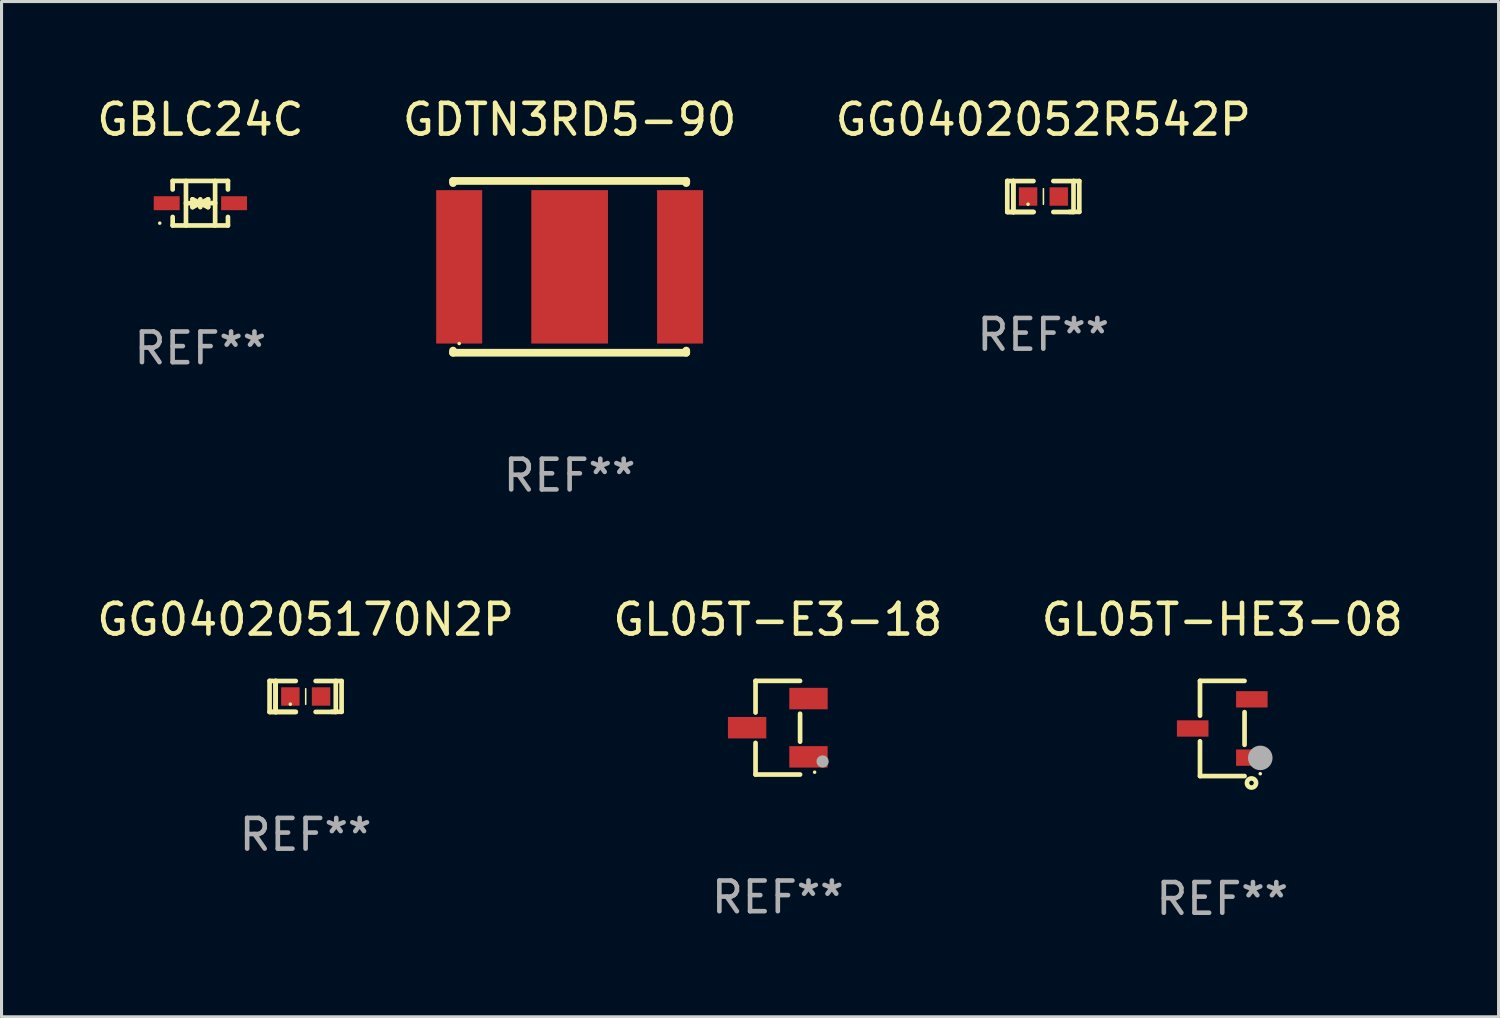
<source format=kicad_pcb>
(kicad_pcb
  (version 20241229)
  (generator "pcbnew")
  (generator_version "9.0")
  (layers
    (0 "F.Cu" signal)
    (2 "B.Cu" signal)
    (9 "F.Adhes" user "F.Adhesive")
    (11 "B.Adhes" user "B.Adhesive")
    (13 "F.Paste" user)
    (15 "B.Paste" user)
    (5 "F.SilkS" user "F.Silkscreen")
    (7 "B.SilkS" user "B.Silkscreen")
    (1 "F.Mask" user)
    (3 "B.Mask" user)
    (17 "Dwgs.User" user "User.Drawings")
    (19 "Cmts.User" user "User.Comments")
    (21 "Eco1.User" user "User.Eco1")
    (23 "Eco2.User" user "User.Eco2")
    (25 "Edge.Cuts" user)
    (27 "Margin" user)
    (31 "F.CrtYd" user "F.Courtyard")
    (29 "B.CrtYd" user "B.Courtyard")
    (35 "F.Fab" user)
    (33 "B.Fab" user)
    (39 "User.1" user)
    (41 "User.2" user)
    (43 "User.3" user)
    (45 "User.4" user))
  (footprint "GL05T-HE3-08"
    (layer "F.Cu")
    (at 36.792 20.696)
    (property "Reference" "GL05T-HE3-08" (at 0 -3.551 0) (layer "F.SilkS") (effects (font (size 1 1) (thickness 0.15))))
    (attr through_hole)
    (fp_line (start -0.726 -1.551) (end -0.726 -0.418) (stroke (width 0.152) (type solid)) (layer "F.SilkS"))
    (fp_line (start -0.726 1.551) (end -0.726 0.418) (stroke (width 0.152) (type solid)) (layer "F.SilkS"))
    (fp_line (start 0.726 -1.551) (end -0.726 -1.551) (stroke (width 0.152) (type solid)) (layer "F.SilkS"))
    (fp_line (start 0.726 0.532) (end 0.726 -0.532) (stroke (width 0.152) (type solid)) (layer "F.SilkS"))
    (fp_line (start 0.726 1.551) (end -0.726 1.551) (stroke (width 0.152) (type solid)) (layer "F.SilkS"))
    (fp_circle (center 0.953 1.777) (end 1.027 1.777) (stroke (width 0.15) (type solid)) (fill no) (layer "F.SilkS"))
    (fp_circle (center 1.238 1.475) (end 1.268 1.475) (stroke (width 0.06) (type solid)) (fill no) (layer "F.SilkS"))
    (fp_circle (center 1.239 0.959) (end 1.439 0.959) (stroke (width 0.4) (type solid)) (fill no) (layer "F.Fab"))
    (fp_text user "REF**" (at 0 5.551 0) (layer "F.Fab") (effects (font (size 1 1) (thickness 0.15))))
    (pad "1" smd rect (at 0.964 0.95 90) (size 0.532 1.028) (layers "F.Cu" "F.Mask" "F.Paste"))
    (pad "2" smd rect (at 0.964 -0.95 90) (size 0.532 1.028) (layers "F.Cu" "F.Mask" "F.Paste"))
    (pad "3" smd rect (at -0.964 -0.000025 90) (size 0.532 1.028) (layers "F.Cu" "F.Mask" "F.Paste")))
  (footprint "GBLC24C"
    (layer "F.Cu")
    (at 3.482 3.574)
    (property "Reference" "GBLC24C" (at 0 -2.726 0) (layer "F.SilkS") (effects (font (size 1 1) (thickness 0.15))))
    (attr through_hole)
    (fp_line (start -0.904 -0.726) (end -0.904 -0.448) (stroke (width 0.152) (type solid)) (layer "F.SilkS"))
    (fp_line (start -0.904 0.726) (end -0.904 0.448) (stroke (width 0.152) (type solid)) (layer "F.SilkS"))
    (fp_line (start -0.47 0) (end 0.48 -0.003) (stroke (width 0.154) (type solid)) (layer "F.SilkS"))
    (fp_line (start -0.47 0.726) (end -0.47 -0.726) (stroke (width 0.152) (type solid)) (layer "F.SilkS"))
    (fp_line (start -0.257 -0.127) (end -0.005 -0.003) (stroke (width 0.154) (type solid)) (layer "F.SilkS"))
    (fp_line (start -0.257 0.127) (end -0.257 -0.127) (stroke (width 0.154) (type solid)) (layer "F.SilkS"))
    (fp_line (start -0.13 0) (end 0 0) (stroke (width 0.154) (type solid)) (layer "F.SilkS"))
    (fp_line (start -0.006 0) (end -0.257 0.127) (stroke (width 0.154) (type solid)) (layer "F.SilkS"))
    (fp_line (start -0.003 -0.127) (end -0.003 0.127) (stroke (width 0.154) (type solid)) (layer "F.SilkS"))
    (fp_line (start 0 0) (end 0.251 -0.127) (stroke (width 0.154) (type solid)) (layer "F.SilkS"))
    (fp_line (start 0.124 0) (end -0.006 0) (stroke (width 0.154) (type solid)) (layer "F.SilkS"))
    (fp_line (start 0.251 -0.127) (end 0.251 0.127) (stroke (width 0.154) (type solid)) (layer "F.SilkS"))
    (fp_line (start 0.251 0.127) (end -0.001 0.003) (stroke (width 0.154) (type solid)) (layer "F.SilkS"))
    (fp_line (start 0.48 0.726) (end 0.48 -0.726) (stroke (width 0.152) (type solid)) (layer "F.SilkS"))
    (fp_line (start 0.898 -0.726) (end -0.904 -0.726) (stroke (width 0.152) (type solid)) (layer "F.SilkS"))
    (fp_line (start 0.898 -0.726) (end 0.898 -0.448) (stroke (width 0.152) (type solid)) (layer "F.SilkS"))
    (fp_line (start 0.898 0.726) (end -0.904 0.726) (stroke (width 0.152) (type solid)) (layer "F.SilkS"))
    (fp_line (start 0.898 0.726) (end 0.898 0.448) (stroke (width 0.152) (type solid)) (layer "F.SilkS"))
    (fp_circle (center -1.325 0.65) (end -1.295 0.65) (stroke (width 0.06) (type solid)) (fill no) (layer "F.SilkS"))
    (fp_text user "REF**" (at 0 4.726 0) (layer "F.Fab") (effects (font (size 1 1) (thickness 0.15))))
    (pad "1" smd rect (at -1.098 0 180) (size 0.845 0.455) (layers "F.Cu" "F.Mask" "F.Paste"))
    (pad "2" smd rect (at 1.098 0 180) (size 0.845 0.455) (layers "F.Cu" "F.Mask" "F.Paste")))
  (footprint "GDTN3RD5-90"
    (layer "F.Cu")
    (at 15.518 5.648)
    (property "Reference" "GDTN3RD5-90" (at 0 -4.8 0) (layer "F.SilkS") (effects (font (size 1 1) (thickness 0.15))))
    (attr through_hole)
    (fp_line (start -3.8 -2.8) (end -3.8 -2.731) (stroke (width 0.254) (type solid)) (layer "F.SilkS"))
    (fp_line (start -3.8 -2.8) (end 3.8 -2.8) (stroke (width 0.254) (type solid)) (layer "F.SilkS"))
    (fp_line (start -3.8 2.731) (end -3.8 2.8) (stroke (width 0.254) (type solid)) (layer "F.SilkS"))
    (fp_line (start -3.8 2.8) (end 3.8 2.8) (stroke (width 0.254) (type solid)) (layer "F.SilkS"))
    (fp_line (start 3.8 -2.731) (end 3.8 -2.8) (stroke (width 0.254) (type solid)) (layer "F.SilkS"))
    (fp_line (start 3.8 2.8) (end 3.8 2.731) (stroke (width 0.254) (type solid)) (layer "F.SilkS"))
    (fp_circle (center -3.6 2.5) (end -3.57 2.5) (stroke (width 0.06) (type solid)) (fill no) (layer "F.SilkS"))
    (fp_text user "REF**" (at 0 6.8 0) (layer "F.Fab") (effects (font (size 1 1) (thickness 0.15))))
    (pad "1" smd rect (at -3.6 0) (size 1.5 5) (layers "F.Cu" "F.Mask" "F.Paste"))
    (pad "2" smd rect (at 3.6 0) (size 1.5 5) (layers "F.Cu" "F.Mask" "F.Paste"))
    (pad "3" smd rect (at 0 0) (size 2.5 5) (layers "F.Cu" "F.Mask" "F.Paste")))
  (footprint "GG040205170N2P"
    (layer "F.Cu")
    (at 6.911 19.651)
    (property "Reference" "GG040205170N2P" (at 0 -2.506 0) (layer "F.SilkS") (effects (font (size 1 1) (thickness 0.15))))
    (attr through_hole)
    (fp_line (start -1.174 -0.506) (end -0.977 -0.502) (stroke (width 0.152) (type solid)) (layer "F.SilkS"))
    (fp_line (start -1.174 0.506) (end -1.174 -0.506) (stroke (width 0.152) (type solid)) (layer "F.SilkS"))
    (fp_line (start -0.977 -0.502) (end -0.977 0.506) (stroke (width 0.152) (type solid)) (layer "F.SilkS"))
    (fp_line (start -0.977 -0.502) (end -0.977 0.506) (stroke (width 0.152) (type solid)) (layer "F.SilkS"))
    (fp_line (start -0.977 0.506) (end -1.166 0.506) (stroke (width 0.152) (type solid)) (layer "F.SilkS"))
    (fp_line (start -0.977 0.506) (end -0.32 0.506) (stroke (width 0.152) (type solid)) (layer "F.SilkS"))
    (fp_line (start -0.977 0.506) (end -0.32 0.506) (stroke (width 0.152) (type solid)) (layer "F.SilkS"))
    (fp_line (start -0.971 0.506) (end -1.174 0.506) (stroke (width 0.152) (type solid)) (layer "F.SilkS"))
    (fp_line (start -0.32 -0.502) (end -0.977 -0.502) (stroke (width 0.152) (type solid)) (layer "F.SilkS"))
    (fp_line (start 0.004 -0.252) (end 0.004 0.256) (stroke (width 0.051) (type solid)) (layer "F.SilkS"))
    (fp_line (start 0.328 0.506) (end 0.985 0.506) (stroke (width 0.152) (type solid)) (layer "F.SilkS"))
    (fp_line (start 0.985 -0.502) (end 0.328 -0.502) (stroke (width 0.152) (type solid)) (layer "F.SilkS"))
    (fp_line (start 0.985 -0.502) (end 1.174 -0.502) (stroke (width 0.152) (type solid)) (layer "F.SilkS"))
    (fp_line (start 0.985 0.506) (end 0.985 -0.502) (stroke (width 0.152) (type solid)) (layer "F.SilkS"))
    (fp_line (start 1.174 -0.502) (end 1.174 0.502) (stroke (width 0.152) (type solid)) (layer "F.SilkS"))
    (fp_line (start 1.174 0.502) (end 0.851 0.502) (stroke (width 0.152) (type solid)) (layer "F.SilkS"))
    (fp_circle (center -0.497 0.253) (end -0.467 0.253) (stroke (width 0.06) (type solid)) (fill no) (layer "F.SilkS"))
    (fp_text user "REF**" (at 0 4.506 0) (layer "F.Fab") (effects (font (size 1 1) (thickness 0.15))))
    (pad "1" smd rect (at -0.496 0.002) (size 0.6 0.6) (layers "F.Cu" "F.Mask" "F.Paste"))
    (pad "2" smd rect (at 0.504 0.002) (size 0.6 0.6) (layers "F.Cu" "F.Mask" "F.Paste")))
  (footprint "GG0402052R542P"
    (layer "F.Cu")
    (at 30.958 3.354)
    (property "Reference" "GG0402052R542P" (at 0 -2.506 0) (layer "F.SilkS") (effects (font (size 1 1) (thickness 0.15))))
    (attr through_hole)
    (fp_line (start -1.174 -0.506) (end -0.977 -0.502) (stroke (width 0.152) (type solid)) (layer "F.SilkS"))
    (fp_line (start -1.174 0.506) (end -1.174 -0.506) (stroke (width 0.152) (type solid)) (layer "F.SilkS"))
    (fp_line (start -0.977 -0.502) (end -0.977 0.506) (stroke (width 0.152) (type solid)) (layer "F.SilkS"))
    (fp_line (start -0.977 -0.502) (end -0.977 0.506) (stroke (width 0.152) (type solid)) (layer "F.SilkS"))
    (fp_line (start -0.977 0.506) (end -1.166 0.506) (stroke (width 0.152) (type solid)) (layer "F.SilkS"))
    (fp_line (start -0.977 0.506) (end -0.32 0.506) (stroke (width 0.152) (type solid)) (layer "F.SilkS"))
    (fp_line (start -0.977 0.506) (end -0.32 0.506) (stroke (width 0.152) (type solid)) (layer "F.SilkS"))
    (fp_line (start -0.971 0.506) (end -1.174 0.506) (stroke (width 0.152) (type solid)) (layer "F.SilkS"))
    (fp_line (start -0.32 -0.502) (end -0.977 -0.502) (stroke (width 0.152) (type solid)) (layer "F.SilkS"))
    (fp_line (start 0.004 -0.252) (end 0.004 0.256) (stroke (width 0.051) (type solid)) (layer "F.SilkS"))
    (fp_line (start 0.328 0.506) (end 0.985 0.506) (stroke (width 0.152) (type solid)) (layer "F.SilkS"))
    (fp_line (start 0.985 -0.502) (end 0.328 -0.502) (stroke (width 0.152) (type solid)) (layer "F.SilkS"))
    (fp_line (start 0.985 -0.502) (end 1.174 -0.502) (stroke (width 0.152) (type solid)) (layer "F.SilkS"))
    (fp_line (start 0.985 0.506) (end 0.985 -0.502) (stroke (width 0.152) (type solid)) (layer "F.SilkS"))
    (fp_line (start 1.174 -0.502) (end 1.174 0.502) (stroke (width 0.152) (type solid)) (layer "F.SilkS"))
    (fp_line (start 1.174 0.502) (end 0.851 0.502) (stroke (width 0.152) (type solid)) (layer "F.SilkS"))
    (fp_circle (center -0.497 0.253) (end -0.467 0.253) (stroke (width 0.06) (type solid)) (fill no) (layer "F.SilkS"))
    (fp_text user "REF**" (at 0 4.506 0) (layer "F.Fab") (effects (font (size 1 1) (thickness 0.15))))
    (pad "1" smd rect (at -0.496 0.002) (size 0.6 0.6) (layers "F.Cu" "F.Mask" "F.Paste"))
    (pad "2" smd rect (at 0.504 0.002) (size 0.6 0.6) (layers "F.Cu" "F.Mask" "F.Paste")))
  (footprint "GL05T-E3-18"
    (layer "F.Cu")
    (at 22.304 20.671)
    (property "Reference" "GL05T-E3-18" (at 0 -3.526 0) (layer "F.SilkS") (effects (font (size 1 1) (thickness 0.15))))
    (attr through_hole)
    (fp_line (start -0.726 -1.526) (end -0.726 -0.495) (stroke (width 0.152) (type solid)) (layer "F.SilkS"))
    (fp_line (start -0.726 1.526) (end -0.726 0.495) (stroke (width 0.152) (type solid)) (layer "F.SilkS"))
    (fp_line (start 0.726 -1.526) (end -0.726 -1.526) (stroke (width 0.152) (type solid)) (layer "F.SilkS"))
    (fp_line (start 0.726 -0.455) (end 0.726 0.455) (stroke (width 0.152) (type solid)) (layer "F.SilkS"))
    (fp_line (start 0.726 1.526) (end -0.726 1.526) (stroke (width 0.152) (type solid)) (layer "F.SilkS"))
    (fp_circle (center 1.2 1.45) (end 1.23 1.45) (stroke (width 0.06) (type solid)) (fill no) (layer "F.SilkS"))
    (fp_circle (center 1.46 1.1) (end 1.56 1.1) (stroke (width 0.2) (type solid)) (fill no) (layer "F.Fab"))
    (fp_text user "REF**" (at 0 5.526 0) (layer "F.Fab") (effects (font (size 1 1) (thickness 0.15))))
    (pad "1" smd rect (at 1 0.95) (size 1.25 0.7) (layers "F.Cu" "F.Mask" "F.Paste"))
    (pad "2" smd rect (at 1 -0.95) (size 1.25 0.7) (layers "F.Cu" "F.Mask" "F.Paste"))
    (pad "3" smd rect (at -1 0) (size 1.25 0.7) (layers "F.Cu" "F.Mask" "F.Paste")))
  (gr_rect
    (start -3 -3)
    (end 45.798 30.095)
    (stroke (width 0.1) (type default))
    (fill no)
    (layer "Edge.Cuts")))
</source>
